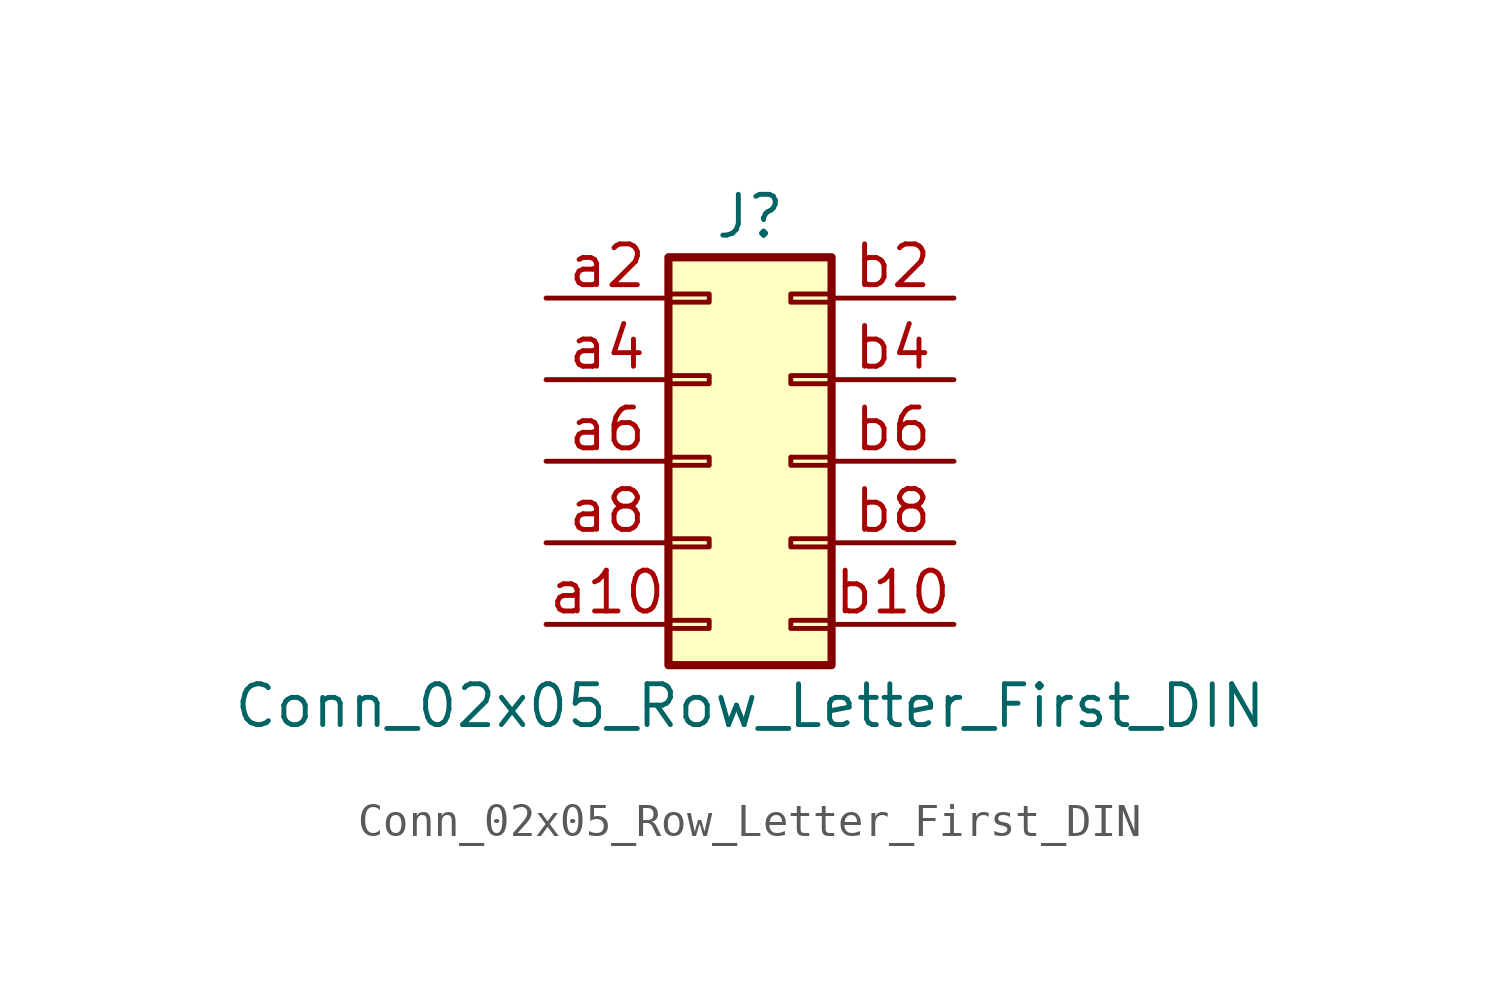
<source format=kicad_sym>
(kicad_symbol_lib
  (version 20220914)
  (generator kicad_symbol_editor)
  (symbol "Conn_02x05_Row_Letter_First_DIN"
    (pin_names
      (offset 1.016) hide)
    (property "Reference" "J"
      (at 1.27 7.62 0)
      (effects (font (size 1.27 1.27))))
    (property "Value" "Conn_02x05_Row_Letter_First_DIN"
      (at 1.27 -7.62 0)
      (effects (font (size 1.27 1.27))))
    (symbol "Conn_02x05_Row_Letter_First_DIN_1_1"
      (rectangle (start -1.27 -4.953) (end 0 -5.207) (stroke (width 0.152) (type solid)) (fill (type none)))
      (rectangle (start -1.27 -2.413) (end 0 -2.667) (stroke (width 0.152) (type solid)) (fill (type none)))
      (rectangle (start -1.27 0.127) (end 0 -0.127) (stroke (width 0.152) (type solid)) (fill (type none)))
      (rectangle (start -1.27 2.667) (end 0 2.413) (stroke (width 0.152) (type solid)) (fill (type none)))
      (rectangle (start -1.27 5.207) (end 0 4.953) (stroke (width 0.152) (type solid)) (fill (type none)))
      (rectangle (start -1.27 6.35) (end 3.81 -6.35) (stroke (width 0.254) (type solid)) (fill (type background)))
      (rectangle (start 3.81 -4.953) (end 2.54 -5.207) (stroke (width 0.152) (type solid)) (fill (type none)))
      (rectangle (start 3.81 -2.413) (end 2.54 -2.667) (stroke (width 0.152) (type solid)) (fill (type none)))
      (rectangle (start 3.81 0.127) (end 2.54 -0.127) (stroke (width 0.152) (type solid)) (fill (type none)))
      (rectangle (start 3.81 2.667) (end 2.54 2.413) (stroke (width 0.152) (type solid)) (fill (type none)))
      (rectangle (start 3.81 5.207) (end 2.54 4.953) (stroke (width 0.152) (type solid)) (fill (type none)))
      (pin passive line (at -5.08 -5.08 0) (length 3.81) (name "Pin_a10" (effects (font (size 1.27 1.27)))) (number "a10" (effects (font (size 1.27 1.27)))))
      (pin passive line (at -5.08 5.08 0) (length 3.81) (name "Pin_a2" (effects (font (size 1.27 1.27)))) (number "a2" (effects (font (size 1.27 1.27)))))
      (pin passive line (at -5.08 2.54 0) (length 3.81) (name "Pin_a4" (effects (font (size 1.27 1.27)))) (number "a4" (effects (font (size 1.27 1.27)))))
      (pin passive line (at -5.08 0 0) (length 3.81) (name "Pin_a6" (effects (font (size 1.27 1.27)))) (number "a6" (effects (font (size 1.27 1.27)))))
      (pin passive line (at -5.08 -2.54 0) (length 3.81) (name "Pin_a8" (effects (font (size 1.27 1.27)))) (number "a8" (effects (font (size 1.27 1.27)))))
      (pin passive line (at 7.62 -5.08 180) (length 3.81) (name "Pin_b10" (effects (font (size 1.27 1.27)))) (number "b10" (effects (font (size 1.27 1.27)))))
      (pin passive line (at 7.62 5.08 180) (length 3.81) (name "Pin_b2" (effects (font (size 1.27 1.27)))) (number "b2" (effects (font (size 1.27 1.27)))))
      (pin passive line (at 7.62 2.54 180) (length 3.81) (name "Pin_b4" (effects (font (size 1.27 1.27)))) (number "b4" (effects (font (size 1.27 1.27)))))
      (pin passive line (at 7.62 0 180) (length 3.81) (name "Pin_b6" (effects (font (size 1.27 1.27)))) (number "b6" (effects (font (size 1.27 1.27)))))
      (pin passive line (at 7.62 -2.54 180) (length 3.81) (name "Pin_b8" (effects (font (size 1.27 1.27)))) (number "b8" (effects (font (size 1.27 1.27))))))))
</source>
